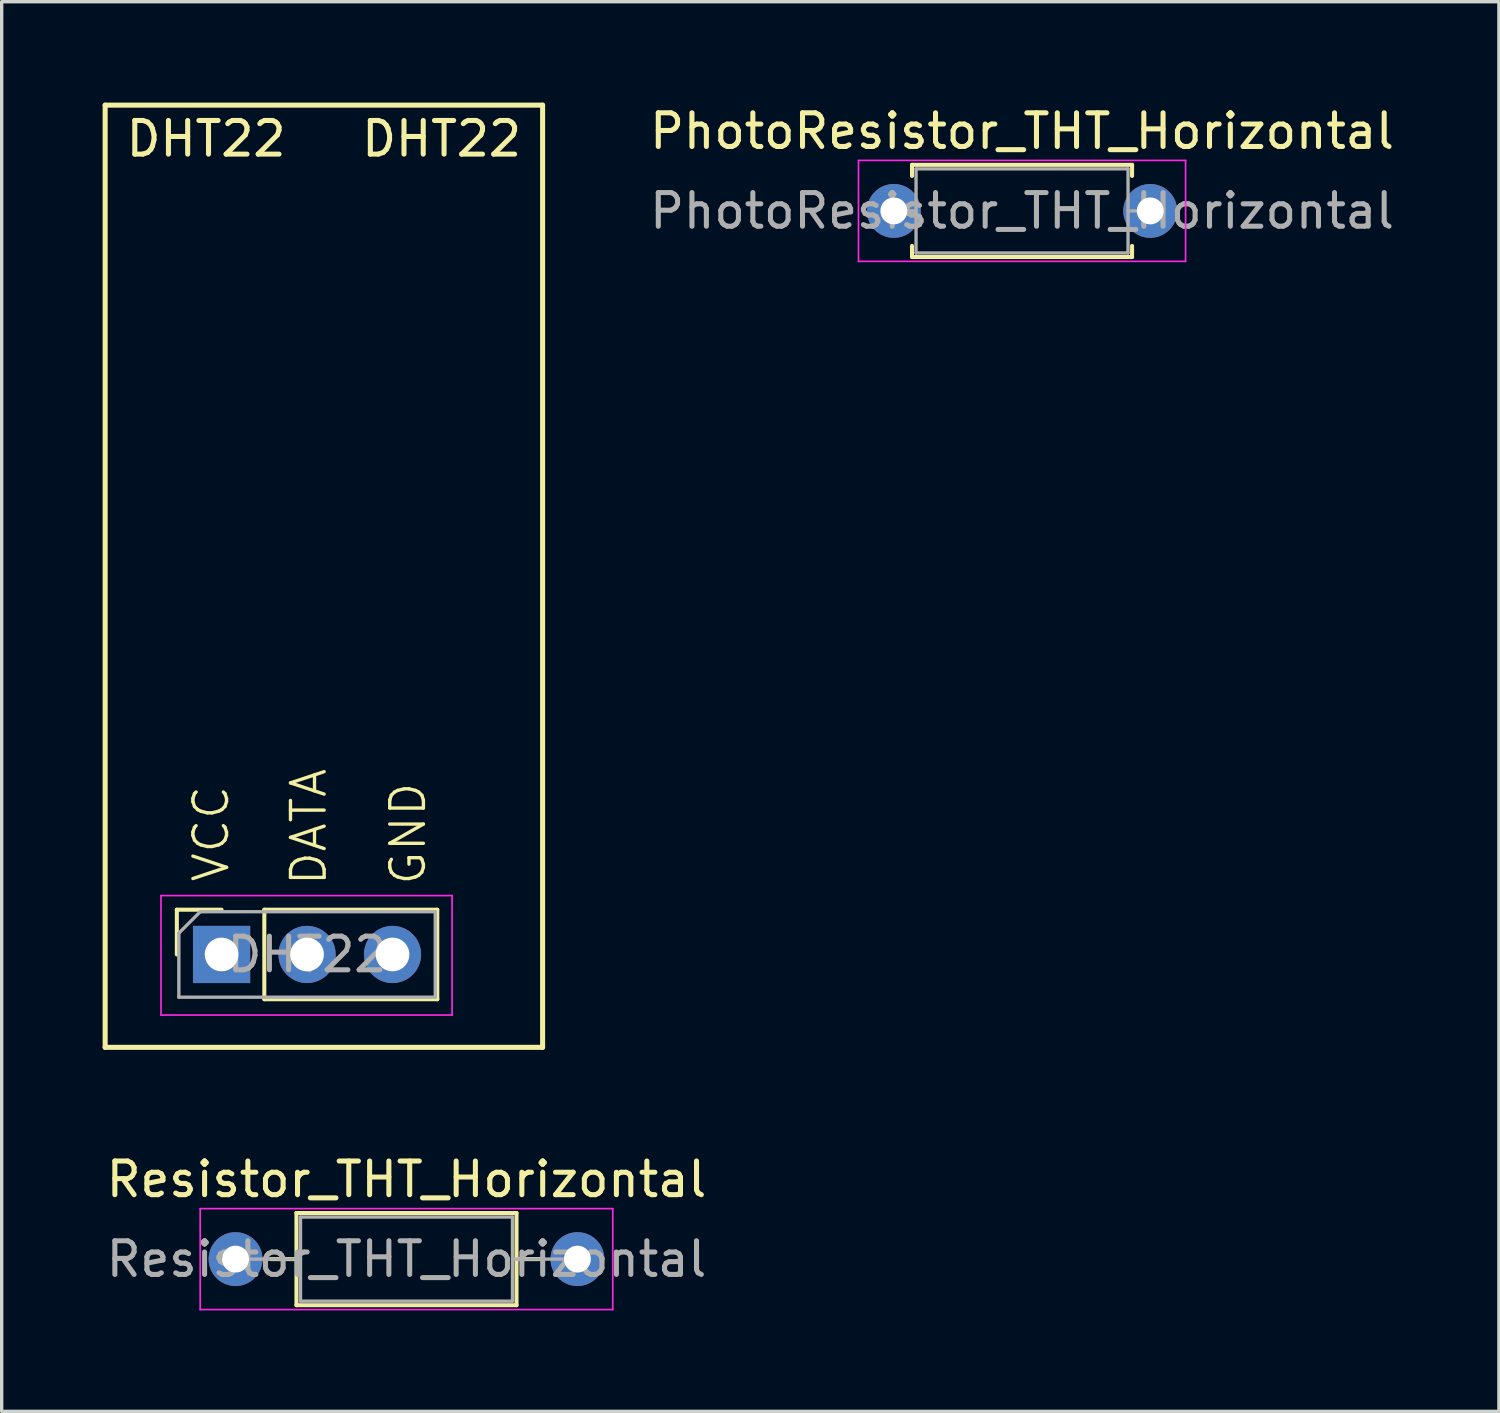
<source format=kicad_pcb>
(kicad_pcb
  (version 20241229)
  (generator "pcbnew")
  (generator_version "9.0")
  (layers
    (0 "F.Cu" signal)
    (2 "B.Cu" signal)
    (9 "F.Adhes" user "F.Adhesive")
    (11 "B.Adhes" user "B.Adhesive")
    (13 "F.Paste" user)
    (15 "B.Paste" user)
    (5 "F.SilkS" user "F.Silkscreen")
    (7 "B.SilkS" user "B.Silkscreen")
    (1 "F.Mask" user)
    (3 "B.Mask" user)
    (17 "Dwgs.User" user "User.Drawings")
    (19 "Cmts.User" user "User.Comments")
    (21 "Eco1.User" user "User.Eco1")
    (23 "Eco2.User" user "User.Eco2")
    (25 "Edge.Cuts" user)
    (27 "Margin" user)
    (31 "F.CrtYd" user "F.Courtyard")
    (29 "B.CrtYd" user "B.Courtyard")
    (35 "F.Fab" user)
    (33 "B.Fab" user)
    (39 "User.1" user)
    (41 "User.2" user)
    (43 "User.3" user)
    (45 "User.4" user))
  (footprint "PhotoResistor_THT_Horizontal"
    (layer "F.Cu")
    (at 23.513 3.218)
    (property "Reference" "PhotoResistor_THT_Horizontal" (at 3.81 -2.37 0) (layer "F.SilkS") (effects (font (size 1 1) (thickness 0.15))))
    (attr through_hole)
    (fp_line (start 0.54 -1.37) (end 7.08 -1.37) (stroke (width 0.12) (type solid)) (layer "F.SilkS"))
    (fp_line (start 0.54 -1.04) (end 0.54 -1.37) (stroke (width 0.12) (type solid)) (layer "F.SilkS"))
    (fp_line (start 0.54 1.04) (end 0.54 1.37) (stroke (width 0.12) (type solid)) (layer "F.SilkS"))
    (fp_line (start 0.54 1.37) (end 7.08 1.37) (stroke (width 0.12) (type solid)) (layer "F.SilkS"))
    (fp_line (start 7.08 -1.37) (end 7.08 -1.04) (stroke (width 0.12) (type solid)) (layer "F.SilkS"))
    (fp_line (start 7.08 1.37) (end 7.08 1.04) (stroke (width 0.12) (type solid)) (layer "F.SilkS"))
    (fp_line (start -1.05 -1.5) (end -1.05 1.5) (stroke (width 0.05) (type solid)) (layer "F.CrtYd"))
    (fp_line (start -1.05 1.5) (end 8.67 1.5) (stroke (width 0.05) (type solid)) (layer "F.CrtYd"))
    (fp_line (start 8.67 -1.5) (end -1.05 -1.5) (stroke (width 0.05) (type solid)) (layer "F.CrtYd"))
    (fp_line (start 8.67 1.5) (end 8.67 -1.5) (stroke (width 0.05) (type solid)) (layer "F.CrtYd"))
    (fp_line (start 0 0) (end 0.66 0) (stroke (width 0.1) (type solid)) (layer "F.Fab"))
    (fp_line (start 0.66 -1.25) (end 0.66 1.25) (stroke (width 0.1) (type solid)) (layer "F.Fab"))
    (fp_line (start 0.66 1.25) (end 6.96 1.25) (stroke (width 0.1) (type solid)) (layer "F.Fab"))
    (fp_line (start 6.96 -1.25) (end 0.66 -1.25) (stroke (width 0.1) (type solid)) (layer "F.Fab"))
    (fp_line (start 6.96 1.25) (end 6.96 -1.25) (stroke (width 0.1) (type solid)) (layer "F.Fab"))
    (fp_line (start 7.62 0) (end 6.96 0) (stroke (width 0.1) (type solid)) (layer "F.Fab"))
    (fp_text user "${REFERENCE}" (at 3.81 0 0) (layer "F.Fab") (effects (font (size 1 1) (thickness 0.15))))
    (pad "1" thru_hole circle (at 0 0) (size 1.6 1.6) (drill 0.8) (layers "*.Cu" "*.Mask"))
    (pad "2" thru_hole oval (at 7.62 0) (size 1.6 1.6) (drill 0.8) (layers "*.Cu" "*.Mask")))
  (footprint "Resistor_THT_Horizontal"
    (layer "F.Cu")
    (at 3.95 34.368)
    (property "Reference" "Resistor_THT_Horizontal" (at 5.08 -2.37 0) (layer "F.SilkS") (effects (font (size 1 1) (thickness 0.15))))
    (attr through_hole)
    (fp_line (start 1.04 0) (end 1.81 0) (stroke (width 0.12) (type solid)) (layer "F.SilkS"))
    (fp_line (start 1.81 -1.37) (end 1.81 1.37) (stroke (width 0.12) (type solid)) (layer "F.SilkS"))
    (fp_line (start 1.81 1.37) (end 8.35 1.37) (stroke (width 0.12) (type solid)) (layer "F.SilkS"))
    (fp_line (start 8.35 -1.37) (end 1.81 -1.37) (stroke (width 0.12) (type solid)) (layer "F.SilkS"))
    (fp_line (start 8.35 1.37) (end 8.35 -1.37) (stroke (width 0.12) (type solid)) (layer "F.SilkS"))
    (fp_line (start 9.12 0) (end 8.35 0) (stroke (width 0.12) (type solid)) (layer "F.SilkS"))
    (fp_line (start -1.05 -1.5) (end -1.05 1.5) (stroke (width 0.05) (type solid)) (layer "F.CrtYd"))
    (fp_line (start -1.05 1.5) (end 11.21 1.5) (stroke (width 0.05) (type solid)) (layer "F.CrtYd"))
    (fp_line (start 11.21 -1.5) (end -1.05 -1.5) (stroke (width 0.05) (type solid)) (layer "F.CrtYd"))
    (fp_line (start 11.21 1.5) (end 11.21 -1.5) (stroke (width 0.05) (type solid)) (layer "F.CrtYd"))
    (fp_line (start 0 0) (end 1.93 0) (stroke (width 0.1) (type solid)) (layer "F.Fab"))
    (fp_line (start 1.93 -1.25) (end 1.93 1.25) (stroke (width 0.1) (type solid)) (layer "F.Fab"))
    (fp_line (start 1.93 1.25) (end 8.23 1.25) (stroke (width 0.1) (type solid)) (layer "F.Fab"))
    (fp_line (start 8.23 -1.25) (end 1.93 -1.25) (stroke (width 0.1) (type solid)) (layer "F.Fab"))
    (fp_line (start 8.23 1.25) (end 8.23 -1.25) (stroke (width 0.1) (type solid)) (layer "F.Fab"))
    (fp_line (start 10.16 0) (end 8.23 0) (stroke (width 0.1) (type solid)) (layer "F.Fab"))
    (fp_text user "${REFERENCE}" (at 5.08 0 0) (layer "F.Fab") (effects (font (size 1 1) (thickness 0.15))))
    (pad "1" thru_hole circle (at 0 0) (size 1.6 1.6) (drill 0.8) (layers "*.Cu" "*.Mask"))
    (pad "2" thru_hole oval (at 10.16 0) (size 1.6 1.6) (drill 0.8) (layers "*.Cu" "*.Mask")))
  (footprint "DHT22"
    (layer "F.Cu")
    (at 6.075 10.075)
    (property "Reference" "DHT22" (at 4 -9 0) (layer "F.SilkS") (effects (font (size 1 1) (thickness 0.15))))
    (attr through_hole)
    (fp_line (start -6 -10) (end -6 18) (stroke (width 0.15) (type solid)) (layer "F.SilkS"))
    (fp_line (start -3.87 13.91) (end -2.54 13.91) (stroke (width 0.12) (type solid)) (layer "F.SilkS"))
    (fp_line (start -3.87 15.24) (end -3.87 13.91) (stroke (width 0.12) (type solid)) (layer "F.SilkS"))
    (fp_line (start -1.27 13.91) (end 3.87 13.91) (stroke (width 0.12) (type solid)) (layer "F.SilkS"))
    (fp_line (start -1.27 16.57) (end -1.27 13.91) (stroke (width 0.12) (type solid)) (layer "F.SilkS"))
    (fp_line (start -1.27 16.57) (end 3.87 16.57) (stroke (width 0.12) (type solid)) (layer "F.SilkS"))
    (fp_line (start 3.87 16.57) (end 3.87 13.91) (stroke (width 0.12) (type solid)) (layer "F.SilkS"))
    (fp_line (start 7 -10) (end -6 -10) (stroke (width 0.15) (type solid)) (layer "F.SilkS"))
    (fp_line (start 7 18) (end -6 18) (stroke (width 0.15) (type solid)) (layer "F.SilkS"))
    (fp_line (start 7 18) (end 7 -10) (stroke (width 0.15) (type solid)) (layer "F.SilkS"))
    (fp_line (start -4.34 13.49) (end 4.31 13.49) (stroke (width 0.05) (type solid)) (layer "F.CrtYd"))
    (fp_line (start -4.34 17.04) (end -4.34 13.49) (stroke (width 0.05) (type solid)) (layer "F.CrtYd"))
    (fp_line (start 4.31 13.49) (end 4.31 17.04) (stroke (width 0.05) (type solid)) (layer "F.CrtYd"))
    (fp_line (start 4.31 17.04) (end -4.34 17.04) (stroke (width 0.05) (type solid)) (layer "F.CrtYd"))
    (fp_line (start -3.81 14.605) (end -3.175 13.97) (stroke (width 0.1) (type solid)) (layer "F.Fab"))
    (fp_line (start -3.81 16.51) (end -3.81 14.605) (stroke (width 0.1) (type solid)) (layer "F.Fab"))
    (fp_line (start -3.175 13.97) (end 3.81 13.97) (stroke (width 0.1) (type solid)) (layer "F.Fab"))
    (fp_line (start 3.81 13.97) (end 3.81 16.51) (stroke (width 0.1) (type solid)) (layer "F.Fab"))
    (fp_line (start 3.81 16.51) (end -3.81 16.51) (stroke (width 0.1) (type solid)) (layer "F.Fab"))
    (fp_text user "VCC" (at -2.85 11.65 270) (layer "F.SilkS") (effects (font (size 1 1) (thickness 0.1))))
    (fp_text user "DATA" (at 0.05 11.45 90) (layer "F.SilkS") (effects (font (size 1 1) (thickness 0.1))))
    (fp_text user "GND" (at 3 11.65 90) (layer "F.SilkS") (effects (font (size 1 1) (thickness 0.1))))
    (fp_text user "DHT22" (at -3 -9 0) (layer "F.SilkS") (effects (font (size 1 1) (thickness 0.15))))
    (fp_text user "${REFERENCE}" (at 0 15.24 180) (layer "F.Fab") (effects (font (size 1 1) (thickness 0.15))))
    (pad "1" thru_hole rect (at -2.54 15.24 90) (size 1.7 1.7) (drill 1) (layers "*.Cu" "*.Mask"))
    (pad "2" thru_hole oval (at 0 15.24 90) (size 1.7 1.7) (drill 1) (layers "*.Cu" "*.Mask"))
    (pad "4" thru_hole oval (at 2.54 15.24 90) (size 1.7 1.7) (drill 1) (layers "*.Cu" "*.Mask")))
  (gr_rect
    (start -3 -3)
    (end 41.495 38.893)
    (stroke (width 0.1) (type default))
    (fill no)
    (layer "Edge.Cuts")))
</source>
